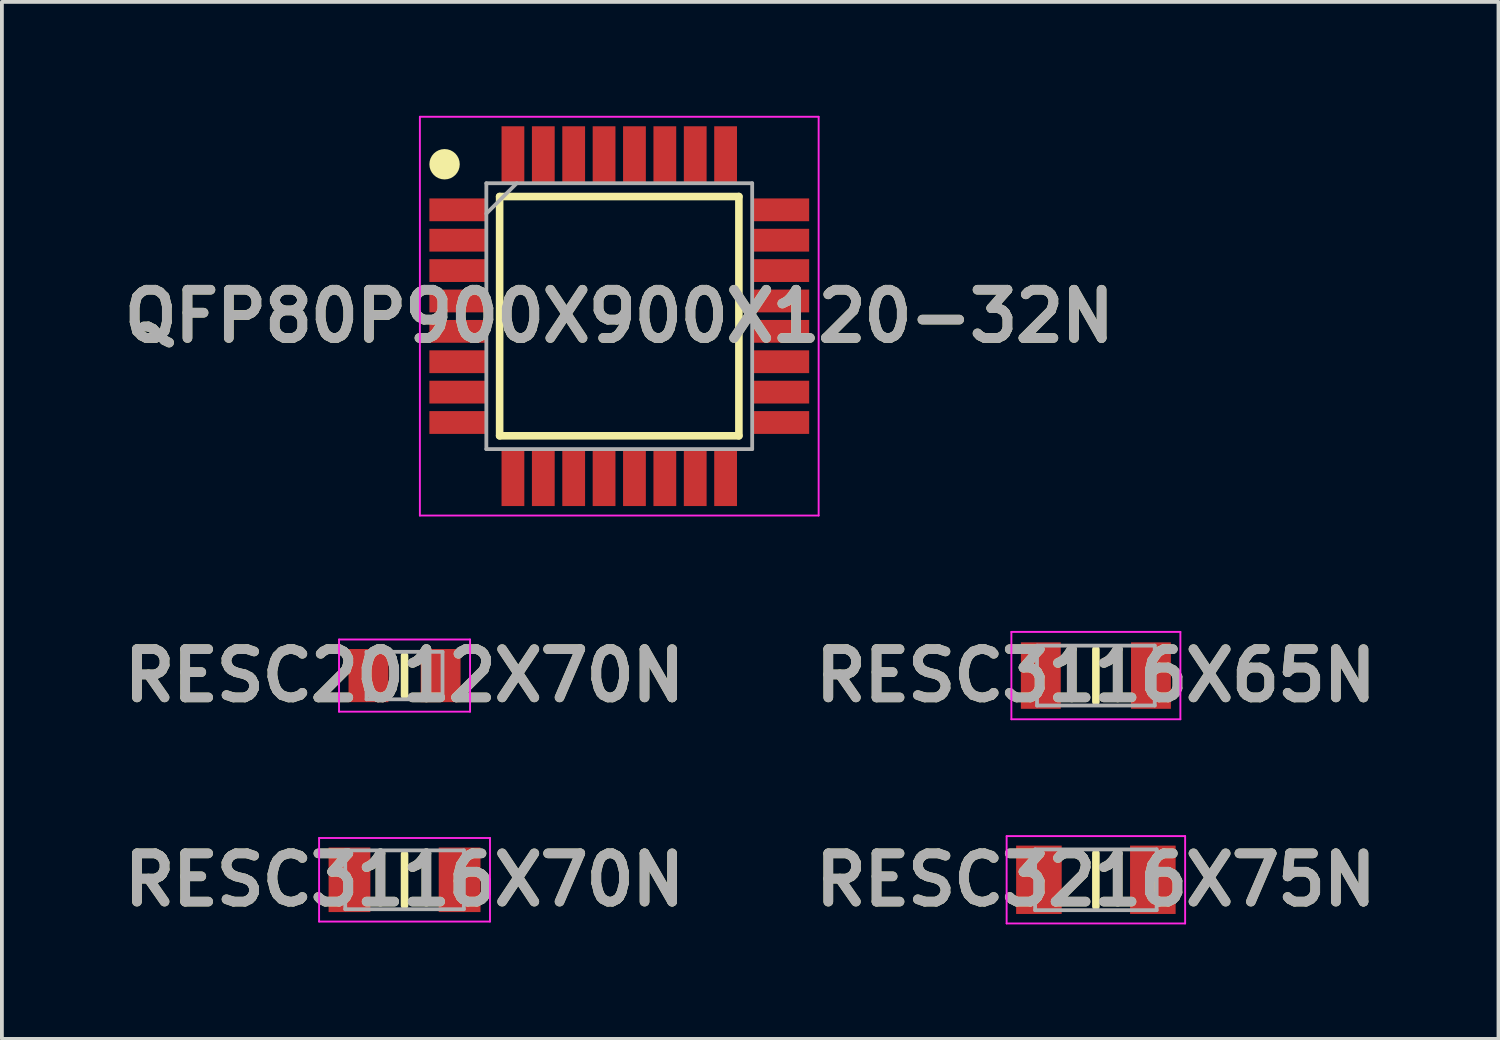
<source format=kicad_pcb>
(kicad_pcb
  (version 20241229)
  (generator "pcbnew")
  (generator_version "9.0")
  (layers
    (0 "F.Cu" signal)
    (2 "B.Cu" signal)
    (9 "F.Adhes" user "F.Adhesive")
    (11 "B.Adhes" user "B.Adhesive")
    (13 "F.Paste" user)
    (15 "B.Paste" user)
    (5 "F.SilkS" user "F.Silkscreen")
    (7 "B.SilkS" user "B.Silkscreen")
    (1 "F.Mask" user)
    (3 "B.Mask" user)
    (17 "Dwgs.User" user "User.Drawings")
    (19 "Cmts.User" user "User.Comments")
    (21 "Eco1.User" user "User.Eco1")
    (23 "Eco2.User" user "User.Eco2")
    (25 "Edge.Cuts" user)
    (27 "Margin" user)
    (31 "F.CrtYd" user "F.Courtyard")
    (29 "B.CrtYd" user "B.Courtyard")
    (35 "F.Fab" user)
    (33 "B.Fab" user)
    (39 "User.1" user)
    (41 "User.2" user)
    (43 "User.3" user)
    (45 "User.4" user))
  (footprint "RESC3116X65N"
    (layer "F.Cu")
    (at 25.806 14.739)
    (property "Reference" "RESC3116X65N" (at 0 0 0) (layer "F.SilkS") (effects (font (size 1.27 1.27) (thickness 0.254))))
    (attr smd)
    (fp_line (start 0 -0.688) (end 0 0.688) (stroke (width 0.2) (type solid)) (layer "F.SilkS"))
    (fp_line (start -2.225 -1.15) (end 2.225 -1.15) (stroke (width 0.05) (type solid)) (layer "F.CrtYd"))
    (fp_line (start -2.225 1.15) (end -2.225 -1.15) (stroke (width 0.05) (type solid)) (layer "F.CrtYd"))
    (fp_line (start 2.225 -1.15) (end 2.225 1.15) (stroke (width 0.05) (type solid)) (layer "F.CrtYd"))
    (fp_line (start 2.225 1.15) (end -2.225 1.15) (stroke (width 0.05) (type solid)) (layer "F.CrtYd"))
    (fp_line (start -1.55 -0.788) (end 1.55 -0.788) (stroke (width 0.1) (type solid)) (layer "F.Fab"))
    (fp_line (start -1.55 0.788) (end -1.55 -0.788) (stroke (width 0.1) (type solid)) (layer "F.Fab"))
    (fp_line (start 1.55 -0.788) (end 1.55 0.788) (stroke (width 0.1) (type solid)) (layer "F.Fab"))
    (fp_line (start 1.55 0.788) (end -1.55 0.788) (stroke (width 0.1) (type solid)) (layer "F.Fab"))
    (fp_text user "${REFERENCE}" (at 0 0 0) (layer "F.Fab") (effects (font (size 1.27 1.27) (thickness 0.254))))
    (pad "1" smd rect (at -1.45 0) (size 1.05 1.75) (layers "F.Cu" "F.Mask" "F.Paste"))
    (pad "2" smd rect (at 1.45 0) (size 1.05 1.75) (layers "F.Cu" "F.Mask" "F.Paste")))
  (footprint "QFP80P900X900X120-32N"
    (layer "F.Cu")
    (at 13.256 5.275)
    (property "Reference" "QFP80P900X900X120-32N" (at 0 0 0) (layer "F.SilkS") (effects (font (size 1.27 1.27) (thickness 0.254))))
    (attr smd)
    (fp_line (start -3.15 -3.15) (end 3.15 -3.15) (stroke (width 0.2) (type solid)) (layer "F.SilkS"))
    (fp_line (start -3.15 3.15) (end -3.15 -3.15) (stroke (width 0.2) (type solid)) (layer "F.SilkS"))
    (fp_line (start 3.15 -3.15) (end 3.15 3.15) (stroke (width 0.2) (type solid)) (layer "F.SilkS"))
    (fp_line (start 3.15 3.15) (end -3.15 3.15) (stroke (width 0.2) (type solid)) (layer "F.SilkS"))
    (fp_circle (center -4.6 -4) (end -4.6 -3.8) (stroke (width 0.4) (type solid)) (fill no) (layer "F.SilkS"))
    (fp_line (start -5.25 -5.25) (end 5.25 -5.25) (stroke (width 0.05) (type solid)) (layer "F.CrtYd"))
    (fp_line (start -5.25 5.25) (end -5.25 -5.25) (stroke (width 0.05) (type solid)) (layer "F.CrtYd"))
    (fp_line (start 5.25 -5.25) (end 5.25 5.25) (stroke (width 0.05) (type solid)) (layer "F.CrtYd"))
    (fp_line (start 5.25 5.25) (end -5.25 5.25) (stroke (width 0.05) (type solid)) (layer "F.CrtYd"))
    (fp_line (start -3.5 -3.5) (end 3.5 -3.5) (stroke (width 0.1) (type solid)) (layer "F.Fab"))
    (fp_line (start -3.5 -2.7) (end -2.7 -3.5) (stroke (width 0.1) (type solid)) (layer "F.Fab"))
    (fp_line (start -3.5 3.5) (end -3.5 -3.5) (stroke (width 0.1) (type solid)) (layer "F.Fab"))
    (fp_line (start 3.5 -3.5) (end 3.5 3.5) (stroke (width 0.1) (type solid)) (layer "F.Fab"))
    (fp_line (start 3.5 3.5) (end -3.5 3.5) (stroke (width 0.1) (type solid)) (layer "F.Fab"))
    (fp_text user "${REFERENCE}" (at 0 0 0) (layer "F.Fab") (effects (font (size 1.27 1.27) (thickness 0.254))))
    (pad "1" smd rect (at -4.25 -2.8 90) (size 0.6 1.5) (layers "F.Cu" "F.Mask" "F.Paste"))
    (pad "2" smd rect (at -4.25 -2 90) (size 0.6 1.5) (layers "F.Cu" "F.Mask" "F.Paste"))
    (pad "3" smd rect (at -4.25 -1.2 90) (size 0.6 1.5) (layers "F.Cu" "F.Mask" "F.Paste"))
    (pad "4" smd rect (at -4.25 -0.4 90) (size 0.6 1.5) (layers "F.Cu" "F.Mask" "F.Paste"))
    (pad "5" smd rect (at -4.25 0.4 90) (size 0.6 1.5) (layers "F.Cu" "F.Mask" "F.Paste"))
    (pad "6" smd rect (at -4.25 1.2 90) (size 0.6 1.5) (layers "F.Cu" "F.Mask" "F.Paste"))
    (pad "7" smd rect (at -4.25 2 90) (size 0.6 1.5) (layers "F.Cu" "F.Mask" "F.Paste"))
    (pad "8" smd rect (at -4.25 2.8 90) (size 0.6 1.5) (layers "F.Cu" "F.Mask" "F.Paste"))
    (pad "9" smd rect (at -2.8 4.25) (size 0.6 1.5) (layers "F.Cu" "F.Mask" "F.Paste"))
    (pad "10" smd rect (at -2 4.25) (size 0.6 1.5) (layers "F.Cu" "F.Mask" "F.Paste"))
    (pad "11" smd rect (at -1.2 4.25) (size 0.6 1.5) (layers "F.Cu" "F.Mask" "F.Paste"))
    (pad "12" smd rect (at -0.4 4.25) (size 0.6 1.5) (layers "F.Cu" "F.Mask" "F.Paste"))
    (pad "13" smd rect (at 0.4 4.25) (size 0.6 1.5) (layers "F.Cu" "F.Mask" "F.Paste"))
    (pad "14" smd rect (at 1.2 4.25) (size 0.6 1.5) (layers "F.Cu" "F.Mask" "F.Paste"))
    (pad "15" smd rect (at 2 4.25) (size 0.6 1.5) (layers "F.Cu" "F.Mask" "F.Paste"))
    (pad "16" smd rect (at 2.8 4.25) (size 0.6 1.5) (layers "F.Cu" "F.Mask" "F.Paste"))
    (pad "17" smd rect (at 4.25 2.8 90) (size 0.6 1.5) (layers "F.Cu" "F.Mask" "F.Paste"))
    (pad "18" smd rect (at 4.25 2 90) (size 0.6 1.5) (layers "F.Cu" "F.Mask" "F.Paste"))
    (pad "19" smd rect (at 4.25 1.2 90) (size 0.6 1.5) (layers "F.Cu" "F.Mask" "F.Paste"))
    (pad "20" smd rect (at 4.25 0.4 90) (size 0.6 1.5) (layers "F.Cu" "F.Mask" "F.Paste"))
    (pad "21" smd rect (at 4.25 -0.4 90) (size 0.6 1.5) (layers "F.Cu" "F.Mask" "F.Paste"))
    (pad "22" smd rect (at 4.25 -1.2 90) (size 0.6 1.5) (layers "F.Cu" "F.Mask" "F.Paste"))
    (pad "23" smd rect (at 4.25 -2 90) (size 0.6 1.5) (layers "F.Cu" "F.Mask" "F.Paste"))
    (pad "24" smd rect (at 4.25 -2.8 90) (size 0.6 1.5) (layers "F.Cu" "F.Mask" "F.Paste"))
    (pad "25" smd rect (at 2.8 -4.25) (size 0.6 1.5) (layers "F.Cu" "F.Mask" "F.Paste"))
    (pad "26" smd rect (at 2 -4.25) (size 0.6 1.5) (layers "F.Cu" "F.Mask" "F.Paste"))
    (pad "27" smd rect (at 1.2 -4.25) (size 0.6 1.5) (layers "F.Cu" "F.Mask" "F.Paste"))
    (pad "28" smd rect (at 0.4 -4.25) (size 0.6 1.5) (layers "F.Cu" "F.Mask" "F.Paste"))
    (pad "29" smd rect (at -0.4 -4.25) (size 0.6 1.5) (layers "F.Cu" "F.Mask" "F.Paste"))
    (pad "30" smd rect (at -1.2 -4.25) (size 0.6 1.5) (layers "F.Cu" "F.Mask" "F.Paste"))
    (pad "31" smd rect (at -2 -4.25) (size 0.6 1.5) (layers "F.Cu" "F.Mask" "F.Paste"))
    (pad "32" smd rect (at -2.8 -4.25) (size 0.6 1.5) (layers "F.Cu" "F.Mask" "F.Paste")))
  (footprint "RESC2012X70N"
    (layer "F.Cu")
    (at 7.602 14.739)
    (property "Reference" "RESC2012X70N" (at 0 0 0) (layer "F.SilkS") (effects (font (size 1.27 1.27) (thickness 0.254))))
    (attr smd)
    (fp_line (start 0 -0.525) (end 0 0.525) (stroke (width 0.2) (type solid)) (layer "F.SilkS"))
    (fp_line (start -1.725 -0.95) (end 1.725 -0.95) (stroke (width 0.05) (type solid)) (layer "F.CrtYd"))
    (fp_line (start -1.725 0.95) (end -1.725 -0.95) (stroke (width 0.05) (type solid)) (layer "F.CrtYd"))
    (fp_line (start 1.725 -0.95) (end 1.725 0.95) (stroke (width 0.05) (type solid)) (layer "F.CrtYd"))
    (fp_line (start 1.725 0.95) (end -1.725 0.95) (stroke (width 0.05) (type solid)) (layer "F.CrtYd"))
    (fp_line (start -1 -0.625) (end 1 -0.625) (stroke (width 0.1) (type solid)) (layer "F.Fab"))
    (fp_line (start -1 0.625) (end -1 -0.625) (stroke (width 0.1) (type solid)) (layer "F.Fab"))
    (fp_line (start 1 -0.625) (end 1 0.625) (stroke (width 0.1) (type solid)) (layer "F.Fab"))
    (fp_line (start 1 0.625) (end -1 0.625) (stroke (width 0.1) (type solid)) (layer "F.Fab"))
    (fp_text user "${REFERENCE}" (at 0 0 0) (layer "F.Fab") (effects (font (size 1.27 1.27) (thickness 0.254))))
    (pad "1" smd rect (at -0.95 0) (size 1.05 1.4) (layers "F.Cu" "F.Mask" "F.Paste"))
    (pad "2" smd rect (at 0.95 0) (size 1.05 1.4) (layers "F.Cu" "F.Mask" "F.Paste")))
  (footprint "RESC3116X70N"
    (layer "F.Cu")
    (at 7.602 20.116)
    (property "Reference" "RESC3116X70N" (at 0 0 0) (layer "F.SilkS") (effects (font (size 1.27 1.27) (thickness 0.254))))
    (attr smd)
    (fp_line (start 0 -0.675) (end 0 0.675) (stroke (width 0.2) (type solid)) (layer "F.SilkS"))
    (fp_line (start -2.25 -1.1) (end 2.25 -1.1) (stroke (width 0.05) (type solid)) (layer "F.CrtYd"))
    (fp_line (start -2.25 1.1) (end -2.25 -1.1) (stroke (width 0.05) (type solid)) (layer "F.CrtYd"))
    (fp_line (start 2.25 -1.1) (end 2.25 1.1) (stroke (width 0.05) (type solid)) (layer "F.CrtYd"))
    (fp_line (start 2.25 1.1) (end -2.25 1.1) (stroke (width 0.05) (type solid)) (layer "F.CrtYd"))
    (fp_line (start -1.562 -0.775) (end 1.562 -0.775) (stroke (width 0.1) (type solid)) (layer "F.Fab"))
    (fp_line (start -1.562 0.775) (end -1.562 -0.775) (stroke (width 0.1) (type solid)) (layer "F.Fab"))
    (fp_line (start 1.562 -0.775) (end 1.562 0.775) (stroke (width 0.1) (type solid)) (layer "F.Fab"))
    (fp_line (start 1.562 0.775) (end -1.562 0.775) (stroke (width 0.1) (type solid)) (layer "F.Fab"))
    (fp_text user "${REFERENCE}" (at 0 0 0) (layer "F.Fab") (effects (font (size 1.27 1.27) (thickness 0.254))))
    (pad "1" smd rect (at -1.45 0) (size 1.1 1.7) (layers "F.Cu" "F.Mask" "F.Paste"))
    (pad "2" smd rect (at 1.45 0) (size 1.1 1.7) (layers "F.Cu" "F.Mask" "F.Paste")))
  (footprint "RESC3216X75N"
    (layer "F.Cu")
    (at 25.806 20.116)
    (property "Reference" "RESC3216X75N" (at 0 0 0) (layer "F.SilkS") (effects (font (size 1.27 1.27) (thickness 0.254))))
    (attr smd)
    (fp_line (start 0 -0.7) (end 0 0.7) (stroke (width 0.2) (type solid)) (layer "F.SilkS"))
    (fp_line (start -2.35 -1.15) (end 2.35 -1.15) (stroke (width 0.05) (type solid)) (layer "F.CrtYd"))
    (fp_line (start -2.35 1.15) (end -2.35 -1.15) (stroke (width 0.05) (type solid)) (layer "F.CrtYd"))
    (fp_line (start 2.35 -1.15) (end 2.35 1.15) (stroke (width 0.05) (type solid)) (layer "F.CrtYd"))
    (fp_line (start 2.35 1.15) (end -2.35 1.15) (stroke (width 0.05) (type solid)) (layer "F.CrtYd"))
    (fp_line (start -1.6 -0.8) (end 1.6 -0.8) (stroke (width 0.1) (type solid)) (layer "F.Fab"))
    (fp_line (start -1.6 0.8) (end -1.6 -0.8) (stroke (width 0.1) (type solid)) (layer "F.Fab"))
    (fp_line (start 1.6 -0.8) (end 1.6 0.8) (stroke (width 0.1) (type solid)) (layer "F.Fab"))
    (fp_line (start 1.6 0.8) (end -1.6 0.8) (stroke (width 0.1) (type solid)) (layer "F.Fab"))
    (fp_text user "${REFERENCE}" (at 0 0 0) (layer "F.Fab") (effects (font (size 1.27 1.27) (thickness 0.254))))
    (pad "1" smd rect (at -1.5 0) (size 1.2 1.8) (layers "F.Cu" "F.Mask" "F.Paste"))
    (pad "2" smd rect (at 1.5 0) (size 1.2 1.8) (layers "F.Cu" "F.Mask" "F.Paste")))
  (gr_rect
    (start -3 -3)
    (end 36.407 24.305)
    (stroke (width 0.1) (type default))
    (fill no)
    (layer "Edge.Cuts")))
</source>
